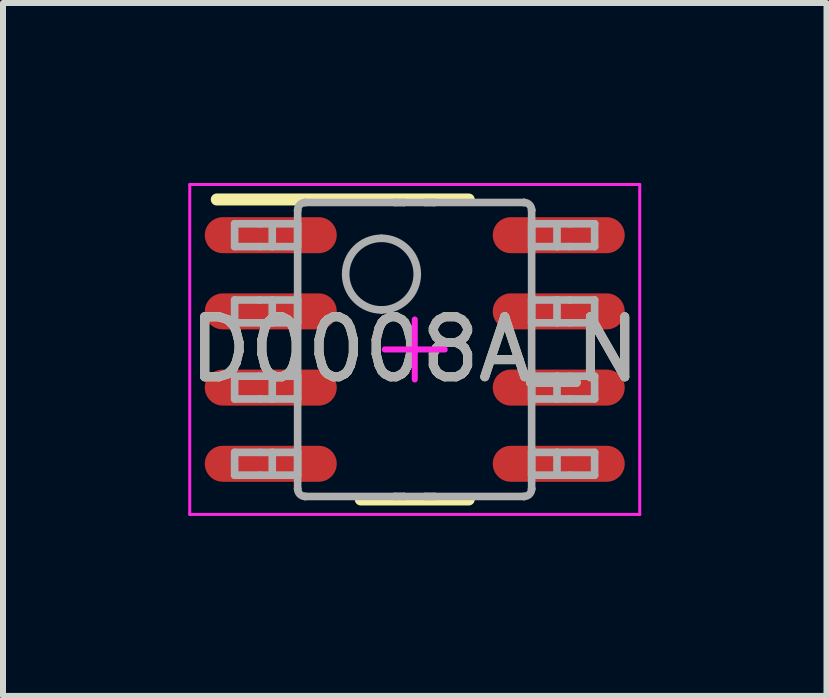
<source format=kicad_pcb>
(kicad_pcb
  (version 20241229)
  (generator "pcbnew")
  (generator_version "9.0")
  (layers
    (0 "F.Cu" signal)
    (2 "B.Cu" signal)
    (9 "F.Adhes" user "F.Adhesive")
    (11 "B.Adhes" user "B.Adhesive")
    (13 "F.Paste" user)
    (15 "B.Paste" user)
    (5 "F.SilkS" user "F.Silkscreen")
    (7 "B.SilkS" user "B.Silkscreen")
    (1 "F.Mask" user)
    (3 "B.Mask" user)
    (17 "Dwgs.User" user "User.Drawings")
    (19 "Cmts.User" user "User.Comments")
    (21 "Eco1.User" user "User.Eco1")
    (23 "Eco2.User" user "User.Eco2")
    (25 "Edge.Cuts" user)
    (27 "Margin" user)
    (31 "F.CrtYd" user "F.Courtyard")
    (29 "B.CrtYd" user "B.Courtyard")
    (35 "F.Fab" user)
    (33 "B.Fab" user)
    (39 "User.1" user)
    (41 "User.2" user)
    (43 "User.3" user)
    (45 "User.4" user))
  (footprint "D0008A_N"
    (layer "F.Cu")
    (at 3.863 2.775)
    (property "Reference" "D0008A_N" (at 0 0 0) (unlocked yes) (layer "F.SilkS") (effects (font (size 1 1) (thickness 0.15))))
    (attr smd)
    (fp_line (start -3.3 -2.5) (end 0.9 -2.5) (stroke (width 0.2) (type solid)) (layer "F.SilkS"))
    (fp_line (start -0.9 2.5) (end 0.9 2.5) (stroke (width 0.2) (type solid)) (layer "F.SilkS"))
    (fp_line (start -3.75 -2.75) (end 3.75 -2.75) (stroke (width 0.05) (type solid)) (layer "F.CrtYd"))
    (fp_line (start -3.75 2.75) (end -3.75 -2.75) (stroke (width 0.05) (type solid)) (layer "F.CrtYd"))
    (fp_line (start -3.75 2.75) (end 3.75 2.75) (stroke (width 0.05) (type solid)) (layer "F.CrtYd"))
    (fp_line (start -0.5 0) (end 0.5 0) (stroke (width 0.1) (type solid)) (layer "F.CrtYd"))
    (fp_line (start 0 0.5) (end 0 -0.5) (stroke (width 0.1) (type solid)) (layer "F.CrtYd"))
    (fp_line (start 3.75 2.75) (end 3.75 -2.75) (stroke (width 0.05) (type solid)) (layer "F.CrtYd"))
    (fp_line (start -3.002 -2.095) (end -2.589 -2.095) (stroke (width 0.127) (type solid)) (layer "F.Fab"))
    (fp_line (start -3.002 -1.715) (end -3.002 -2.095) (stroke (width 0.127) (type solid)) (layer "F.Fab"))
    (fp_line (start -3.002 -1.715) (end -2.589 -1.715) (stroke (width 0.127) (type solid)) (layer "F.Fab"))
    (fp_line (start -3.002 -0.825) (end -2.589 -0.825) (stroke (width 0.127) (type solid)) (layer "F.Fab"))
    (fp_line (start -3.002 -0.445) (end -3.002 -0.825) (stroke (width 0.127) (type solid)) (layer "F.Fab"))
    (fp_line (start -3.002 -0.445) (end -2.589 -0.445) (stroke (width 0.127) (type solid)) (layer "F.Fab"))
    (fp_line (start -3.002 0.445) (end -2.589 0.445) (stroke (width 0.127) (type solid)) (layer "F.Fab"))
    (fp_line (start -3.002 0.825) (end -3.002 0.445) (stroke (width 0.127) (type solid)) (layer "F.Fab"))
    (fp_line (start -3.002 0.825) (end -2.589 0.825) (stroke (width 0.127) (type solid)) (layer "F.Fab"))
    (fp_line (start -3.002 1.715) (end -2.589 1.715) (stroke (width 0.127) (type solid)) (layer "F.Fab"))
    (fp_line (start -3.002 2.095) (end -3.002 1.715) (stroke (width 0.127) (type solid)) (layer "F.Fab"))
    (fp_line (start -3.002 2.095) (end -2.589 2.095) (stroke (width 0.127) (type solid)) (layer "F.Fab"))
    (fp_line (start -2.589 -2.095) (end -2.375 -2.095) (stroke (width 0.127) (type solid)) (layer "F.Fab"))
    (fp_line (start -2.589 -1.715) (end -2.375 -1.715) (stroke (width 0.127) (type solid)) (layer "F.Fab"))
    (fp_line (start -2.589 -0.825) (end -2.375 -0.825) (stroke (width 0.127) (type solid)) (layer "F.Fab"))
    (fp_line (start -2.589 -0.445) (end -2.375 -0.445) (stroke (width 0.127) (type solid)) (layer "F.Fab"))
    (fp_line (start -2.589 0.445) (end -2.375 0.445) (stroke (width 0.127) (type solid)) (layer "F.Fab"))
    (fp_line (start -2.589 0.825) (end -2.375 0.825) (stroke (width 0.127) (type solid)) (layer "F.Fab"))
    (fp_line (start -2.589 1.715) (end -2.375 1.715) (stroke (width 0.127) (type solid)) (layer "F.Fab"))
    (fp_line (start -2.589 2.095) (end -2.375 2.095) (stroke (width 0.127) (type solid)) (layer "F.Fab"))
    (fp_line (start -2.375 -2.095) (end -1.995 -2.095) (stroke (width 0.127) (type solid)) (layer "F.Fab"))
    (fp_line (start -2.375 -1.715) (end -2.375 -2.095) (stroke (width 0.127) (type solid)) (layer "F.Fab"))
    (fp_line (start -2.375 -1.715) (end -1.995 -1.715) (stroke (width 0.127) (type solid)) (layer "F.Fab"))
    (fp_line (start -2.375 -0.825) (end -1.995 -0.825) (stroke (width 0.127) (type solid)) (layer "F.Fab"))
    (fp_line (start -2.375 -0.445) (end -2.375 -0.825) (stroke (width 0.127) (type solid)) (layer "F.Fab"))
    (fp_line (start -2.375 -0.445) (end -1.995 -0.445) (stroke (width 0.127) (type solid)) (layer "F.Fab"))
    (fp_line (start -2.375 0.445) (end -1.995 0.445) (stroke (width 0.127) (type solid)) (layer "F.Fab"))
    (fp_line (start -2.375 0.825) (end -2.375 0.445) (stroke (width 0.127) (type solid)) (layer "F.Fab"))
    (fp_line (start -2.375 0.825) (end -1.995 0.825) (stroke (width 0.127) (type solid)) (layer "F.Fab"))
    (fp_line (start -2.375 1.715) (end -1.995 1.715) (stroke (width 0.127) (type solid)) (layer "F.Fab"))
    (fp_line (start -2.375 2.095) (end -2.375 1.715) (stroke (width 0.127) (type solid)) (layer "F.Fab"))
    (fp_line (start -2.375 2.095) (end -1.995 2.095) (stroke (width 0.127) (type solid)) (layer "F.Fab"))
    (fp_line (start -1.995 -2.095) (end -1.952 -2.095) (stroke (width 0.127) (type solid)) (layer "F.Fab"))
    (fp_line (start -1.995 -1.715) (end -1.952 -1.715) (stroke (width 0.127) (type solid)) (layer "F.Fab"))
    (fp_line (start -1.995 -0.825) (end -1.952 -0.825) (stroke (width 0.127) (type solid)) (layer "F.Fab"))
    (fp_line (start -1.995 -0.445) (end -1.952 -0.445) (stroke (width 0.127) (type solid)) (layer "F.Fab"))
    (fp_line (start -1.995 0.445) (end -1.952 0.445) (stroke (width 0.127) (type solid)) (layer "F.Fab"))
    (fp_line (start -1.995 0.825) (end -1.952 0.825) (stroke (width 0.127) (type solid)) (layer "F.Fab"))
    (fp_line (start -1.995 1.715) (end -1.952 1.715) (stroke (width 0.127) (type solid)) (layer "F.Fab"))
    (fp_line (start -1.995 2.095) (end -1.952 2.095) (stroke (width 0.127) (type solid)) (layer "F.Fab"))
    (fp_line (start -1.952 -2.323) (end -1.952 -2.324) (stroke (width 0.127) (type solid)) (layer "F.Fab"))
    (fp_line (start -1.952 -1.715) (end -1.952 -2.095) (stroke (width 0.127) (type solid)) (layer "F.Fab"))
    (fp_line (start -1.952 -0.445) (end -1.952 -0.825) (stroke (width 0.127) (type solid)) (layer "F.Fab"))
    (fp_line (start -1.952 0.825) (end -1.952 0.445) (stroke (width 0.127) (type solid)) (layer "F.Fab"))
    (fp_line (start -1.952 2.095) (end -1.952 1.715) (stroke (width 0.127) (type solid)) (layer "F.Fab"))
    (fp_line (start -1.952 2.323) (end -1.952 -2.323) (stroke (width 0.127) (type solid)) (layer "F.Fab"))
    (fp_line (start -1.952 2.324) (end -1.952 2.323) (stroke (width 0.127) (type solid)) (layer "F.Fab"))
    (fp_line (start -1.826 -2.45) (end -1.825 -2.45) (stroke (width 0.127) (type solid)) (layer "F.Fab"))
    (fp_line (start -1.826 2.45) (end -1.825 2.45) (stroke (width 0.127) (type solid)) (layer "F.Fab"))
    (fp_line (start -1.825 -2.45) (end -0.332 -2.45) (stroke (width 0.127) (type solid)) (layer "F.Fab"))
    (fp_line (start -1.825 2.45) (end -0.332 2.45) (stroke (width 0.127) (type solid)) (layer "F.Fab"))
    (fp_line (start -0.332 -2.45) (end -0.182 -2.45) (stroke (width 0.127) (type solid)) (layer "F.Fab"))
    (fp_line (start -0.332 -2.45) (end -0.182 -2.45) (stroke (width 0.127) (type solid)) (layer "F.Fab"))
    (fp_line (start -0.332 2.45) (end -0.182 2.45) (stroke (width 0.127) (type solid)) (layer "F.Fab"))
    (fp_line (start -0.332 2.45) (end -0.182 2.45) (stroke (width 0.127) (type solid)) (layer "F.Fab"))
    (fp_line (start -0.182 -2.45) (end 0.178 -2.45) (stroke (width 0.127) (type solid)) (layer "F.Fab"))
    (fp_line (start -0.182 2.45) (end 0.178 2.45) (stroke (width 0.127) (type solid)) (layer "F.Fab"))
    (fp_line (start 0.178 -2.45) (end 0.328 -2.45) (stroke (width 0.127) (type solid)) (layer "F.Fab"))
    (fp_line (start 0.178 -2.45) (end 0.328 -2.45) (stroke (width 0.127) (type solid)) (layer "F.Fab"))
    (fp_line (start 0.178 2.45) (end 0.328 2.45) (stroke (width 0.127) (type solid)) (layer "F.Fab"))
    (fp_line (start 0.178 2.45) (end 0.328 2.45) (stroke (width 0.127) (type solid)) (layer "F.Fab"))
    (fp_line (start 0.328 -2.45) (end 1.821 -2.45) (stroke (width 0.127) (type solid)) (layer "F.Fab"))
    (fp_line (start 0.328 2.45) (end 1.821 2.45) (stroke (width 0.127) (type solid)) (layer "F.Fab"))
    (fp_line (start 1.821 -2.45) (end 1.822 -2.45) (stroke (width 0.127) (type solid)) (layer "F.Fab"))
    (fp_line (start 1.821 2.45) (end 1.822 2.45) (stroke (width 0.127) (type solid)) (layer "F.Fab"))
    (fp_line (start 1.948 -2.323) (end 1.948 -2.324) (stroke (width 0.127) (type solid)) (layer "F.Fab"))
    (fp_line (start 1.948 -2.095) (end 1.991 -2.095) (stroke (width 0.127) (type solid)) (layer "F.Fab"))
    (fp_line (start 1.948 -1.715) (end 1.948 -2.095) (stroke (width 0.127) (type solid)) (layer "F.Fab"))
    (fp_line (start 1.948 -1.715) (end 1.991 -1.715) (stroke (width 0.127) (type solid)) (layer "F.Fab"))
    (fp_line (start 1.948 -0.825) (end 1.991 -0.825) (stroke (width 0.127) (type solid)) (layer "F.Fab"))
    (fp_line (start 1.948 -0.445) (end 1.948 -0.825) (stroke (width 0.127) (type solid)) (layer "F.Fab"))
    (fp_line (start 1.948 -0.445) (end 1.991 -0.445) (stroke (width 0.127) (type solid)) (layer "F.Fab"))
    (fp_line (start 1.948 0.445) (end 1.991 0.445) (stroke (width 0.127) (type solid)) (layer "F.Fab"))
    (fp_line (start 1.948 0.825) (end 1.948 0.445) (stroke (width 0.127) (type solid)) (layer "F.Fab"))
    (fp_line (start 1.948 0.825) (end 1.991 0.825) (stroke (width 0.127) (type solid)) (layer "F.Fab"))
    (fp_line (start 1.948 1.715) (end 1.991 1.715) (stroke (width 0.127) (type solid)) (layer "F.Fab"))
    (fp_line (start 1.948 2.095) (end 1.948 1.715) (stroke (width 0.127) (type solid)) (layer "F.Fab"))
    (fp_line (start 1.948 2.095) (end 1.991 2.095) (stroke (width 0.127) (type solid)) (layer "F.Fab"))
    (fp_line (start 1.948 2.323) (end 1.948 -2.323) (stroke (width 0.127) (type solid)) (layer "F.Fab"))
    (fp_line (start 1.948 2.324) (end 1.948 2.323) (stroke (width 0.127) (type solid)) (layer "F.Fab"))
    (fp_line (start 1.991 -2.095) (end 2.371 -2.095) (stroke (width 0.127) (type solid)) (layer "F.Fab"))
    (fp_line (start 1.991 -1.715) (end 2.371 -1.715) (stroke (width 0.127) (type solid)) (layer "F.Fab"))
    (fp_line (start 1.991 -0.825) (end 2.371 -0.825) (stroke (width 0.127) (type solid)) (layer "F.Fab"))
    (fp_line (start 1.991 -0.445) (end 2.371 -0.445) (stroke (width 0.127) (type solid)) (layer "F.Fab"))
    (fp_line (start 1.991 0.445) (end 2.371 0.445) (stroke (width 0.127) (type solid)) (layer "F.Fab"))
    (fp_line (start 1.991 0.825) (end 2.371 0.825) (stroke (width 0.127) (type solid)) (layer "F.Fab"))
    (fp_line (start 1.991 1.715) (end 2.371 1.715) (stroke (width 0.127) (type solid)) (layer "F.Fab"))
    (fp_line (start 1.991 2.095) (end 2.371 2.095) (stroke (width 0.127) (type solid)) (layer "F.Fab"))
    (fp_line (start 2.371 -2.095) (end 2.585 -2.095) (stroke (width 0.127) (type solid)) (layer "F.Fab"))
    (fp_line (start 2.371 -1.715) (end 2.371 -2.095) (stroke (width 0.127) (type solid)) (layer "F.Fab"))
    (fp_line (start 2.371 -1.715) (end 2.585 -1.715) (stroke (width 0.127) (type solid)) (layer "F.Fab"))
    (fp_line (start 2.371 -0.825) (end 2.585 -0.825) (stroke (width 0.127) (type solid)) (layer "F.Fab"))
    (fp_line (start 2.371 -0.445) (end 2.371 -0.825) (stroke (width 0.127) (type solid)) (layer "F.Fab"))
    (fp_line (start 2.371 -0.445) (end 2.585 -0.445) (stroke (width 0.127) (type solid)) (layer "F.Fab"))
    (fp_line (start 2.371 0.445) (end 2.585 0.445) (stroke (width 0.127) (type solid)) (layer "F.Fab"))
    (fp_line (start 2.371 0.825) (end 2.371 0.445) (stroke (width 0.127) (type solid)) (layer "F.Fab"))
    (fp_line (start 2.371 0.825) (end 2.585 0.825) (stroke (width 0.127) (type solid)) (layer "F.Fab"))
    (fp_line (start 2.371 1.715) (end 2.585 1.715) (stroke (width 0.127) (type solid)) (layer "F.Fab"))
    (fp_line (start 2.371 2.095) (end 2.371 1.715) (stroke (width 0.127) (type solid)) (layer "F.Fab"))
    (fp_line (start 2.371 2.095) (end 2.585 2.095) (stroke (width 0.127) (type solid)) (layer "F.Fab"))
    (fp_line (start 2.585 -2.095) (end 2.998 -2.095) (stroke (width 0.127) (type solid)) (layer "F.Fab"))
    (fp_line (start 2.585 -1.715) (end 2.998 -1.715) (stroke (width 0.127) (type solid)) (layer "F.Fab"))
    (fp_line (start 2.585 -0.825) (end 2.998 -0.825) (stroke (width 0.127) (type solid)) (layer "F.Fab"))
    (fp_line (start 2.585 -0.445) (end 2.998 -0.445) (stroke (width 0.127) (type solid)) (layer "F.Fab"))
    (fp_line (start 2.585 0.445) (end 2.998 0.445) (stroke (width 0.127) (type solid)) (layer "F.Fab"))
    (fp_line (start 2.585 0.825) (end 2.998 0.825) (stroke (width 0.127) (type solid)) (layer "F.Fab"))
    (fp_line (start 2.585 1.715) (end 2.998 1.715) (stroke (width 0.127) (type solid)) (layer "F.Fab"))
    (fp_line (start 2.585 2.095) (end 2.998 2.095) (stroke (width 0.127) (type solid)) (layer "F.Fab"))
    (fp_line (start 2.998 -1.715) (end 2.998 -2.095) (stroke (width 0.127) (type solid)) (layer "F.Fab"))
    (fp_line (start 2.998 -0.445) (end 2.998 -0.825) (stroke (width 0.127) (type solid)) (layer "F.Fab"))
    (fp_line (start 2.998 0.825) (end 2.998 0.445) (stroke (width 0.127) (type solid)) (layer "F.Fab"))
    (fp_line (start 2.998 2.095) (end 2.998 1.715) (stroke (width 0.127) (type solid)) (layer "F.Fab"))
    (fp_arc (start -1.952002 -2.323941) (mid -1.914806 -2.412806) (end -1.825941 -2.450002) (stroke (width 0.127) (type solid)) (layer "F.Fab"))
    (fp_arc (start -1.825941 2.449992) (mid -1.914806 2.412795) (end -1.952002 2.323931) (stroke (width 0.127) (type solid)) (layer "F.Fab"))
    (fp_arc (start -0.555 -1.8531) (mid 0.0419 -1.2562) (end -0.555 -0.6593) (stroke (width 0.127) (type solid)) (layer "F.Fab"))
    (fp_arc (start -0.555 -0.6593) (mid -1.1519 -1.2562) (end -0.555 -1.8531) (stroke (width 0.127) (type solid)) (layer "F.Fab"))
    (fp_arc (start 1.821933 -2.450002) (mid 1.910797 -2.412806) (end 1.947994 -2.323941) (stroke (width 0.127) (type solid)) (layer "F.Fab"))
    (fp_arc (start 1.947994 2.323931) (mid 1.910797 2.412795) (end 1.821933 2.449992) (stroke (width 0.127) (type solid)) (layer "F.Fab"))
    (fp_text user "${REFERENCE}" (at 0 0 0) (unlocked yes) (layer "F.Fab") (effects (font (size 1 1) (thickness 0.15))))
    (pad "1" smd oval (at -2.4 -1.905 90) (size 0.6 2.2) (layers "F.Cu" "F.Mask" "F.Paste"))
    (pad "2" smd oval (at -2.4 -0.635 90) (size 0.6 2.2) (layers "F.Cu" "F.Mask" "F.Paste"))
    (pad "3" smd oval (at -2.4 0.635 90) (size 0.6 2.2) (layers "F.Cu" "F.Mask" "F.Paste"))
    (pad "4" smd oval (at -2.4 1.905 90) (size 0.6 2.2) (layers "F.Cu" "F.Mask" "F.Paste"))
    (pad "5" smd oval (at 2.4 1.905 90) (size 0.6 2.2) (layers "F.Cu" "F.Mask" "F.Paste"))
    (pad "6" smd oval (at 2.4 0.635 90) (size 0.6 2.2) (layers "F.Cu" "F.Mask" "F.Paste"))
    (pad "7" smd oval (at 2.4 -0.635 90) (size 0.6 2.2) (layers "F.Cu" "F.Mask" "F.Paste"))
    (pad "8" smd oval (at 2.4 -1.905 90) (size 0.6 2.2) (layers "F.Cu" "F.Mask" "F.Paste")))
  (gr_rect
    (start -3 -3)
    (end 10.726 8.55)
    (stroke (width 0.1) (type default))
    (fill no)
    (layer "Edge.Cuts")))
</source>
